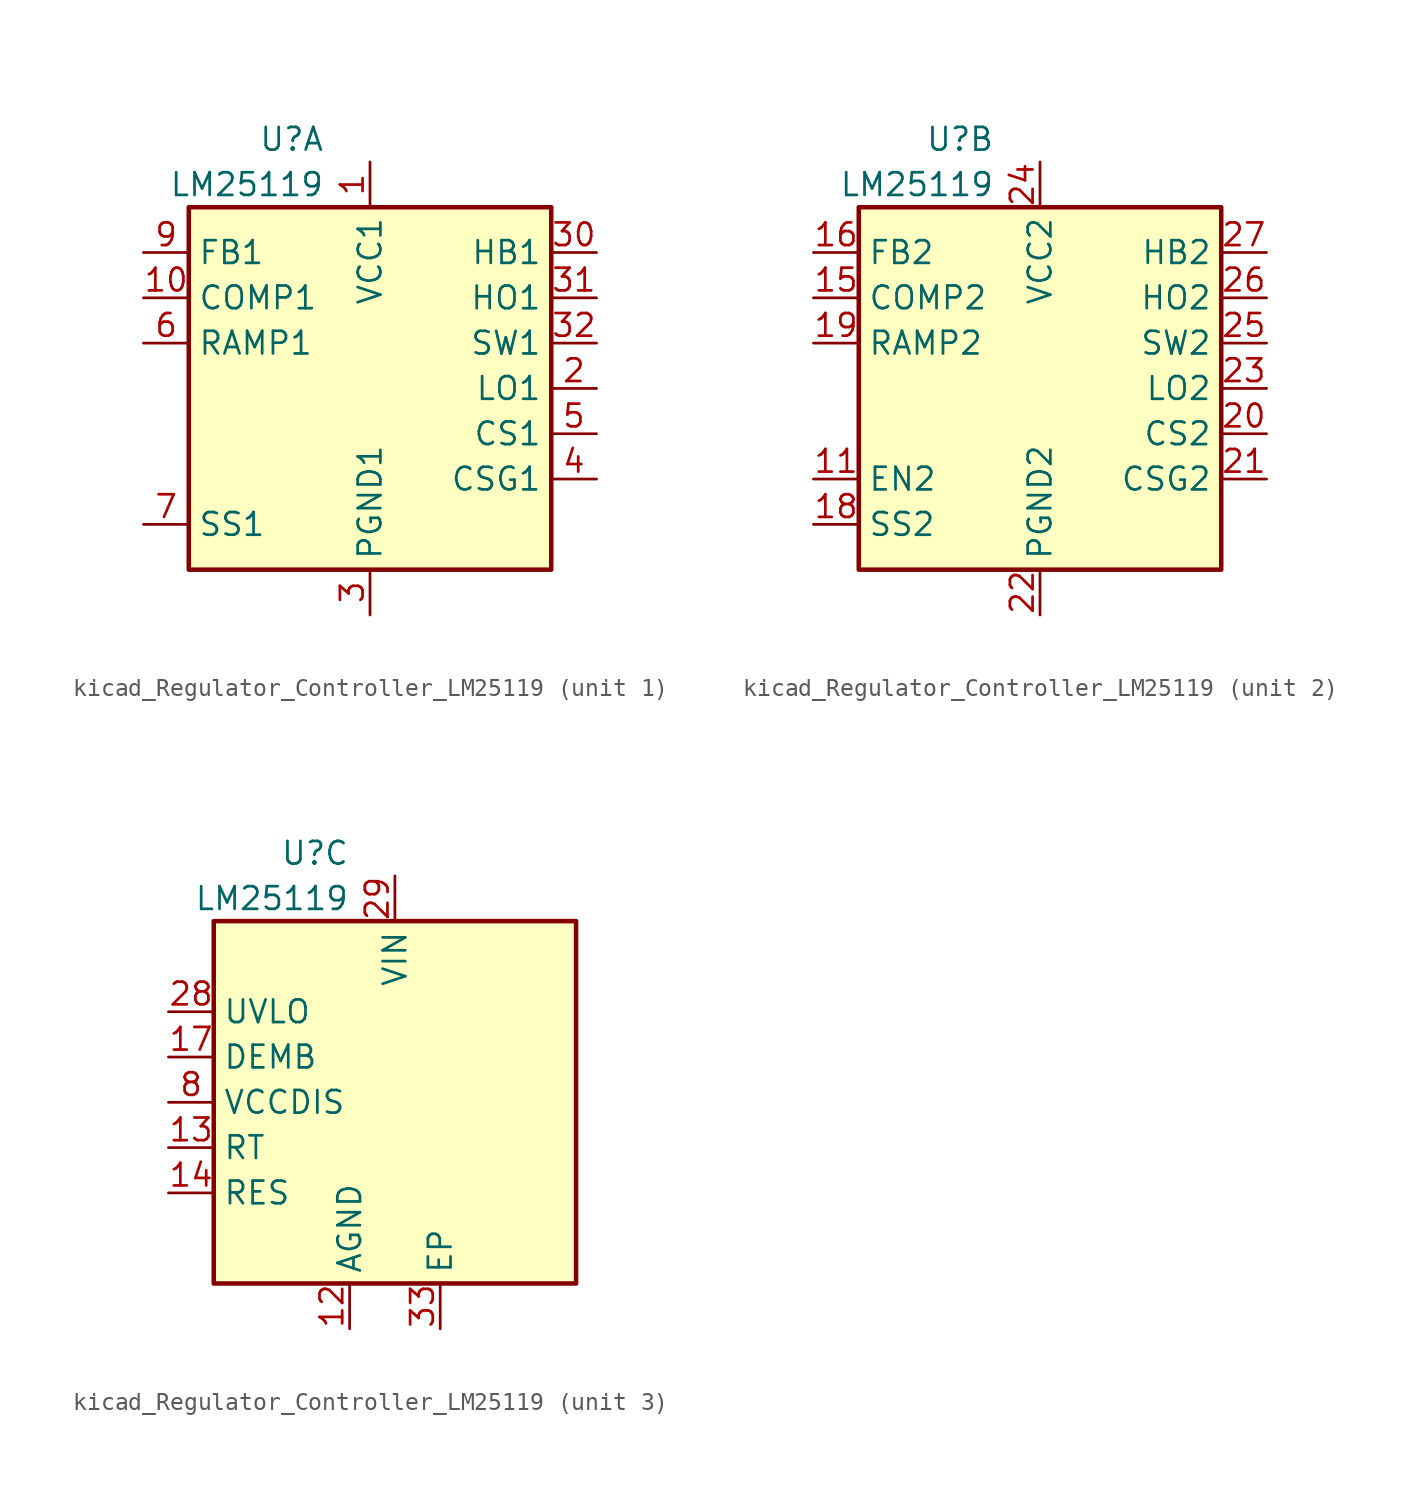
<source format=kicad_sym>
(kicad_symbol_lib
  (version 20220914)
  (generator kicad_symbol_editor)
  (symbol "kicad_Regulator_Controller_LM25119"
    (property "Reference" "U"
      (at -2.54 13.97 0)
      (effects (font (size 1.27 1.27)) (justify right)))
    (property "Value" "LM25119"
      (at -2.54 11.43 0)
      (effects (font (size 1.27 1.27)) (justify right)))
    (property "ki_locked" ""
      (at 0 0 0)
      (effects (font (size 1.27 1.27))))
    (symbol "kicad_Regulator_Controller_LM25119_0_1"
      (rectangle (start -10.16 10.16) (end 10.16 -10.16) (stroke (width 0.254) (type default)) (fill (type background))))
    (symbol "kicad_Regulator_Controller_LM25119_1_1"
      (pin power_in line (at 0 12.7 270) (length 2.54) (name "VCC1" (effects (font (size 1.27 1.27)))) (number "1" (effects (font (size 1.27 1.27)))))
      (pin output line (at -12.7 5.08 0) (length 2.54) (name "COMP1" (effects (font (size 1.27 1.27)))) (number "10" (effects (font (size 1.27 1.27)))))
      (pin output line (at 12.7 0 180) (length 2.54) (name "LO1" (effects (font (size 1.27 1.27)))) (number "2" (effects (font (size 1.27 1.27)))))
      (pin power_in line (at 0 -12.7 90) (length 2.54) (name "PGND1" (effects (font (size 1.27 1.27)))) (number "3" (effects (font (size 1.27 1.27)))))
      (pin power_in line (at 12.7 7.62 180) (length 2.54) (name "HB1" (effects (font (size 1.27 1.27)))) (number "30" (effects (font (size 1.27 1.27)))))
      (pin output line (at 12.7 5.08 180) (length 2.54) (name "HO1" (effects (font (size 1.27 1.27)))) (number "31" (effects (font (size 1.27 1.27)))))
      (pin bidirectional line (at 12.7 2.54 180) (length 2.54) (name "SW1" (effects (font (size 1.27 1.27)))) (number "32" (effects (font (size 1.27 1.27)))))
      (pin input line (at 12.7 -5.08 180) (length 2.54) (name "CSG1" (effects (font (size 1.27 1.27)))) (number "4" (effects (font (size 1.27 1.27)))))
      (pin input line (at 12.7 -2.54 180) (length 2.54) (name "CS1" (effects (font (size 1.27 1.27)))) (number "5" (effects (font (size 1.27 1.27)))))
      (pin input line (at -12.7 2.54 0) (length 2.54) (name "RAMP1" (effects (font (size 1.27 1.27)))) (number "6" (effects (font (size 1.27 1.27)))))
      (pin input line (at -12.7 -7.62 0) (length 2.54) (name "SS1" (effects (font (size 1.27 1.27)))) (number "7" (effects (font (size 1.27 1.27)))))
      (pin input line (at -12.7 7.62 0) (length 2.54) (name "FB1" (effects (font (size 1.27 1.27)))) (number "9" (effects (font (size 1.27 1.27))))))
    (symbol "kicad_Regulator_Controller_LM25119_2_1"
      (pin input line (at -12.7 -5.08 0) (length 2.54) (name "EN2" (effects (font (size 1.27 1.27)))) (number "11" (effects (font (size 1.27 1.27)))))
      (pin output line (at -12.7 5.08 0) (length 2.54) (name "COMP2" (effects (font (size 1.27 1.27)))) (number "15" (effects (font (size 1.27 1.27)))))
      (pin input line (at -12.7 7.62 0) (length 2.54) (name "FB2" (effects (font (size 1.27 1.27)))) (number "16" (effects (font (size 1.27 1.27)))))
      (pin input line (at -12.7 -7.62 0) (length 2.54) (name "SS2" (effects (font (size 1.27 1.27)))) (number "18" (effects (font (size 1.27 1.27)))))
      (pin input line (at -12.7 2.54 0) (length 2.54) (name "RAMP2" (effects (font (size 1.27 1.27)))) (number "19" (effects (font (size 1.27 1.27)))))
      (pin input line (at 12.7 -2.54 180) (length 2.54) (name "CS2" (effects (font (size 1.27 1.27)))) (number "20" (effects (font (size 1.27 1.27)))))
      (pin input line (at 12.7 -5.08 180) (length 2.54) (name "CSG2" (effects (font (size 1.27 1.27)))) (number "21" (effects (font (size 1.27 1.27)))))
      (pin power_in line (at 0 -12.7 90) (length 2.54) (name "PGND2" (effects (font (size 1.27 1.27)))) (number "22" (effects (font (size 1.27 1.27)))))
      (pin output line (at 12.7 0 180) (length 2.54) (name "LO2" (effects (font (size 1.27 1.27)))) (number "23" (effects (font (size 1.27 1.27)))))
      (pin power_in line (at 0 12.7 270) (length 2.54) (name "VCC2" (effects (font (size 1.27 1.27)))) (number "24" (effects (font (size 1.27 1.27)))))
      (pin bidirectional line (at 12.7 2.54 180) (length 2.54) (name "SW2" (effects (font (size 1.27 1.27)))) (number "25" (effects (font (size 1.27 1.27)))))
      (pin output line (at 12.7 5.08 180) (length 2.54) (name "HO2" (effects (font (size 1.27 1.27)))) (number "26" (effects (font (size 1.27 1.27)))))
      (pin power_in line (at 12.7 7.62 180) (length 2.54) (name "HB2" (effects (font (size 1.27 1.27)))) (number "27" (effects (font (size 1.27 1.27))))))
    (symbol "kicad_Regulator_Controller_LM25119_3_1"
      (pin power_in line (at -2.54 -12.7 90) (length 2.54) (name "AGND" (effects (font (size 1.27 1.27)))) (number "12" (effects (font (size 1.27 1.27)))))
      (pin input line (at -12.7 -2.54 0) (length 2.54) (name "RT" (effects (font (size 1.27 1.27)))) (number "13" (effects (font (size 1.27 1.27)))))
      (pin output line (at -12.7 -5.08 0) (length 2.54) (name "RES" (effects (font (size 1.27 1.27)))) (number "14" (effects (font (size 1.27 1.27)))))
      (pin input line (at -12.7 2.54 0) (length 2.54) (name "DEMB" (effects (font (size 1.27 1.27)))) (number "17" (effects (font (size 1.27 1.27)))))
      (pin input line (at -12.7 5.08 0) (length 2.54) (name "UVLO" (effects (font (size 1.27 1.27)))) (number "28" (effects (font (size 1.27 1.27)))))
      (pin power_in line (at 0 12.7 270) (length 2.54) (name "VIN" (effects (font (size 1.27 1.27)))) (number "29" (effects (font (size 1.27 1.27)))))
      (pin unspecified line (at 2.54 -12.7 90) (length 2.54) (name "EP" (effects (font (size 1.27 1.27)))) (number "33" (effects (font (size 1.27 1.27)))))
      (pin input line (at -12.7 0 0) (length 2.54) (name "VCCDIS" (effects (font (size 1.27 1.27)))) (number "8" (effects (font (size 1.27 1.27))))))))
</source>
